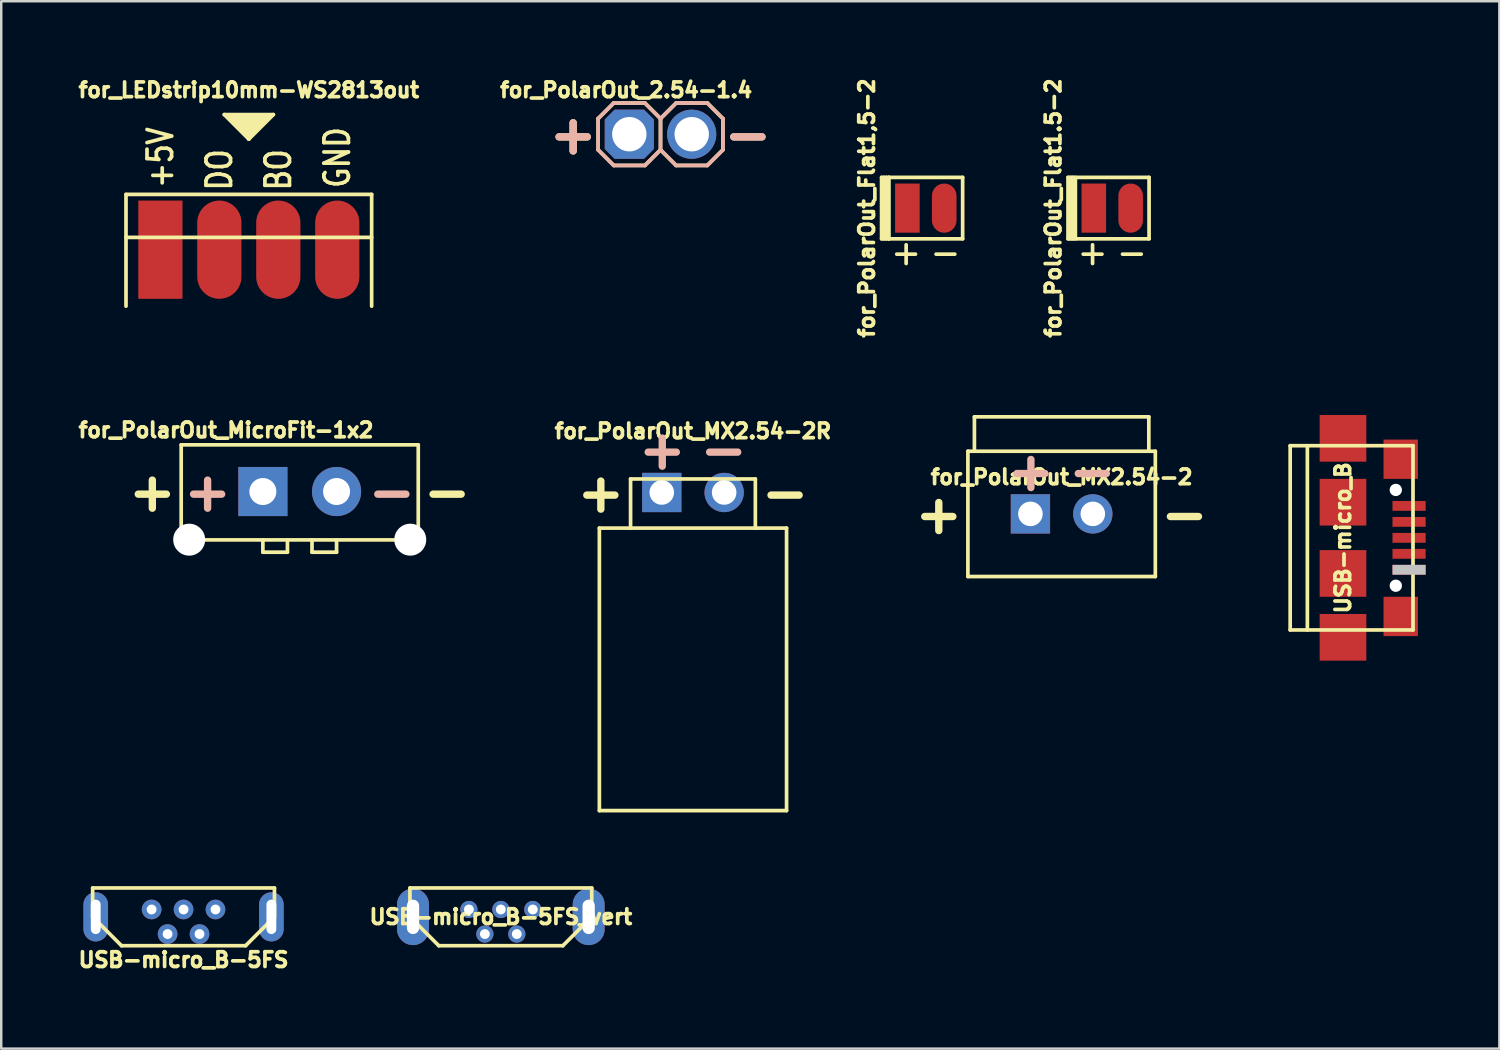
<source format=kicad_pcb>
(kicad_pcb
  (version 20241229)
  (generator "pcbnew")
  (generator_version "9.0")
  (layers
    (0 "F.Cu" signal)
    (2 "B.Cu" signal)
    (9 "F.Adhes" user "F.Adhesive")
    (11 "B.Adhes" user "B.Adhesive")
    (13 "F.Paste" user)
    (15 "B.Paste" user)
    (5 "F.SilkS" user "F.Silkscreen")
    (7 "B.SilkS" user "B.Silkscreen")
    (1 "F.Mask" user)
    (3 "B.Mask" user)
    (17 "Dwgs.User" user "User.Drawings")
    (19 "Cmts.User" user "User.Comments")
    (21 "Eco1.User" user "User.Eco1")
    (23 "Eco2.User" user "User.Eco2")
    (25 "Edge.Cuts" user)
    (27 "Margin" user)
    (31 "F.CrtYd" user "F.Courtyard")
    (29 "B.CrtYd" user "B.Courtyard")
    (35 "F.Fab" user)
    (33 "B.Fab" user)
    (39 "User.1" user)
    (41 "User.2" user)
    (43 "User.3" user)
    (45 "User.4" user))
  (footprint "for_PolarOut_Flat1.5-2"
    (layer "F.Cu")
    (at 42.226 5.422)
    (property "Reference" "for_PolarOut_Flat1.5-2" (at -2.4 0 90) (layer "F.SilkS") (effects (font (size 0.6 0.6) (thickness 0.15))))
    (attr through_hole)
    (fp_line (start -1.8 -1.25) (end 1.5 -1.25) (stroke (width 0.15) (type solid)) (layer "F.SilkS"))
    (fp_line (start -1.8 1.25) (end -1.8 -1.25) (stroke (width 0.15) (type solid)) (layer "F.SilkS"))
    (fp_line (start -1.7 -1.25) (end -1.7 1.25) (stroke (width 0.15) (type solid)) (layer "F.SilkS"))
    (fp_line (start -1.6 1.25) (end -1.6 -1.25) (stroke (width 0.15) (type solid)) (layer "F.SilkS"))
    (fp_line (start -1.5 1.25) (end -1.5 -1.25) (stroke (width 0.15) (type solid)) (layer "F.SilkS"))
    (fp_line (start 1.5 1.25) (end -1.8 1.25) (stroke (width 0.15) (type solid)) (layer "F.SilkS"))
    (fp_line (start 1.5 1.25) (end 1.5 -1.25) (stroke (width 0.15) (type solid)) (layer "F.SilkS"))
    (fp_text user "+" (at -0.8 1.8 0) (layer "F.SilkS") (effects (font (size 1 1) (thickness 0.15))))
    (fp_text user "-" (at 0.8 1.8 0) (layer "F.SilkS") (effects (font (size 1 1) (thickness 0.15))))
    (pad "1" smd rect (at -0.75 0) (size 1 2) (layers "F.Cu" "F.Mask" "F.Paste"))
    (pad "2" smd oval (at 0.75 0) (size 1 2) (layers "F.Cu" "F.Mask" "F.Paste")))
  (footprint "for_PolarOut_Flat1,5-2"
    (layer "F.Cu")
    (at 34.637 5.422)
    (property "Reference" "for_PolarOut_Flat1,5-2" (at -2.4 0 90) (layer "F.SilkS") (effects (font (size 0.6 0.6) (thickness 0.15))))
    (attr through_hole)
    (fp_line (start -1.8 1.25) (end -1.8 -1.25) (stroke (width 0.15) (type solid)) (layer "F.SilkS"))
    (fp_line (start -1.7 -1.25) (end -1.7 1.25) (stroke (width 0.15) (type solid)) (layer "F.SilkS"))
    (fp_line (start -1.6 1.25) (end -1.6 -1.25) (stroke (width 0.15) (type solid)) (layer "F.SilkS"))
    (fp_line (start -1.5 -1.25) (end -1.8 -1.25) (stroke (width 0.15) (type solid)) (layer "F.SilkS"))
    (fp_line (start -1.5 -1.25) (end 1.5 -1.25) (stroke (width 0.15) (type solid)) (layer "F.SilkS"))
    (fp_line (start -1.5 1.25) (end -1.8 1.25) (stroke (width 0.15) (type solid)) (layer "F.SilkS"))
    (fp_line (start -1.5 1.25) (end -1.5 -1.25) (stroke (width 0.15) (type solid)) (layer "F.SilkS"))
    (fp_line (start 1.5 1.25) (end -1.5 1.25) (stroke (width 0.15) (type solid)) (layer "F.SilkS"))
    (fp_line (start 1.5 1.25) (end 1.5 -1.25) (stroke (width 0.15) (type solid)) (layer "F.SilkS"))
    (fp_text user "+" (at -0.8 1.8 0) (layer "F.SilkS") (effects (font (size 1 1) (thickness 0.15))))
    (fp_text user "-" (at 0.8 1.8 0) (layer "F.SilkS") (effects (font (size 1 1) (thickness 0.15))))
    (pad "1" smd rect (at -0.75 0) (size 1 2) (layers "F.Cu" "F.Mask" "F.Paste"))
    (pad "2" smd oval (at 0.75 0) (size 1 2) (layers "F.Cu" "F.Mask" "F.Paste")))
  (footprint "for_PolarOut_2.54-1.4"
    (layer "F.Cu")
    (at 23.838 2.414)
    (property "Reference" "for_PolarOut_2.54-1.4" (at -1.4 -1.8 0) (layer "F.SilkS") (effects (font (size 0.6 0.6) (thickness 0.15))))
    (attr through_hole)
    (fp_line (start -2.54 0.635) (end -2.54 -0.635) (stroke (width 0.15) (type solid)) (layer "F.SilkS"))
    (fp_line (start -1.905 -1.27) (end -2.54 -0.635) (stroke (width 0.15) (type solid)) (layer "F.SilkS"))
    (fp_line (start -1.905 1.27) (end -2.54 0.635) (stroke (width 0.15) (type solid)) (layer "F.SilkS"))
    (fp_line (start -0.635 -1.27) (end -1.905 -1.27) (stroke (width 0.15) (type solid)) (layer "F.SilkS"))
    (fp_line (start -0.635 1.27) (end -1.905 1.27) (stroke (width 0.15) (type solid)) (layer "F.SilkS"))
    (fp_line (start 0 -0.635) (end -0.635 -1.27) (stroke (width 0.15) (type solid)) (layer "F.SilkS"))
    (fp_line (start 0 -0.635) (end 0 0.635) (stroke (width 0.15) (type solid)) (layer "F.SilkS"))
    (fp_line (start 0 0.635) (end -0.635 1.27) (stroke (width 0.15) (type solid)) (layer "F.SilkS"))
    (fp_line (start 0.635 -1.27) (end 0 -0.635) (stroke (width 0.15) (type solid)) (layer "F.SilkS"))
    (fp_line (start 0.635 1.27) (end 0 0.635) (stroke (width 0.15) (type solid)) (layer "F.SilkS"))
    (fp_line (start 1.905 -1.27) (end 0.635 -1.27) (stroke (width 0.15) (type solid)) (layer "F.SilkS"))
    (fp_line (start 1.905 1.27) (end 0.635 1.27) (stroke (width 0.15) (type solid)) (layer "F.SilkS"))
    (fp_line (start 2.54 -0.635) (end 1.905 -1.27) (stroke (width 0.15) (type solid)) (layer "F.SilkS"))
    (fp_line (start 2.54 -0.635) (end 2.54 0.635) (stroke (width 0.15) (type solid)) (layer "F.SilkS"))
    (fp_line (start 2.54 0.635) (end 1.905 1.27) (stroke (width 0.15) (type solid)) (layer "F.SilkS"))
    (fp_line (start -2.54 0.635) (end -2.54 -0.635) (stroke (width 0.15) (type solid)) (layer "B.SilkS"))
    (fp_line (start -1.905 -1.27) (end -2.54 -0.635) (stroke (width 0.15) (type solid)) (layer "B.SilkS"))
    (fp_line (start -1.905 -1.27) (end -0.635 -1.27) (stroke (width 0.15) (type solid)) (layer "B.SilkS"))
    (fp_line (start -1.905 1.27) (end -2.54 0.635) (stroke (width 0.15) (type solid)) (layer "B.SilkS"))
    (fp_line (start -0.635 1.27) (end -1.905 1.27) (stroke (width 0.15) (type solid)) (layer "B.SilkS"))
    (fp_line (start 0 -0.635) (end -0.635 -1.27) (stroke (width 0.15) (type solid)) (layer "B.SilkS"))
    (fp_line (start 0 -0.635) (end 0 0.635) (stroke (width 0.15) (type solid)) (layer "B.SilkS"))
    (fp_line (start 0 0.635) (end -0.635 1.27) (stroke (width 0.15) (type solid)) (layer "B.SilkS"))
    (fp_line (start 0.635 -1.27) (end 0 -0.635) (stroke (width 0.15) (type solid)) (layer "B.SilkS"))
    (fp_line (start 0.635 -1.27) (end 1.905 -1.27) (stroke (width 0.15) (type solid)) (layer "B.SilkS"))
    (fp_line (start 0.635 1.27) (end 0 0.635) (stroke (width 0.15) (type solid)) (layer "B.SilkS"))
    (fp_line (start 1.905 1.27) (end 0.635 1.27) (stroke (width 0.15) (type solid)) (layer "B.SilkS"))
    (fp_line (start 2.54 -0.635) (end 1.905 -1.27) (stroke (width 0.15) (type solid)) (layer "B.SilkS"))
    (fp_line (start 2.54 -0.635) (end 2.54 0.635) (stroke (width 0.15) (type solid)) (layer "B.SilkS"))
    (fp_line (start 2.54 0.635) (end 1.905 1.27) (stroke (width 0.15) (type solid)) (layer "B.SilkS"))
    (fp_text user "+" (at -3.556 0 0) (layer "F.SilkS") (effects (font (size 1.5 1.5) (thickness 0.3))))
    (fp_text user "-" (at 3.556 0 0) (layer "F.SilkS") (effects (font (size 1.5 1.5) (thickness 0.3))))
    (fp_text user "-" (at 3.556 0 0) (layer "B.SilkS") (effects (font (size 1.5 1.5) (thickness 0.3)) (justify mirror)))
    (fp_text user "+" (at -3.556 0 0) (layer "B.SilkS") (effects (font (size 1.5 1.5) (thickness 0.3)) (justify mirror)))
    (pad "1" thru_hole roundrect (at -1.27 0) (size 2 2) (drill 1.4) (layers "*.Cu" "*.Mask") (roundrect_rratio 0) (chamfer_ratio 0.2) (chamfer top_left top_right bottom_left bottom_right))
    (pad "2" thru_hole circle (at 1.27 0) (size 2 2) (drill 1.4) (layers "*.Cu" "*.Mask")))
  (footprint "USB-micro_B-5FS"
    (layer "F.Cu")
    (at 4.422 34.273)
    (property "Reference" "USB-micro_B-5FS" (at 0 1.75 180) (layer "F.SilkS") (effects (font (size 0.6 0.6) (thickness 0.15))))
    (attr smd)
    (fp_line (start -3.7 -1.175) (end -3.7 0) (stroke (width 0.15) (type solid)) (layer "F.SilkS"))
    (fp_line (start -3.7 -1.175) (end 3.7 -1.175) (stroke (width 0.15) (type solid)) (layer "F.SilkS"))
    (fp_line (start -3.7 0) (end -2.525 1.175) (stroke (width 0.15) (type solid)) (layer "F.SilkS"))
    (fp_line (start 2.525 1.175) (end -2.525 1.175) (stroke (width 0.15) (type solid)) (layer "F.SilkS"))
    (fp_line (start 3.7 -1.175) (end 3.7 0) (stroke (width 0.15) (type solid)) (layer "F.SilkS"))
    (fp_line (start 3.7 0) (end 2.525 1.175) (stroke (width 0.15) (type solid)) (layer "F.SilkS"))
    (pad "1" thru_hole circle (at -1.3 -0.3) (size 0.8 0.8) (drill 0.4) (layers "*.Cu" "*.Mask"))
    (pad "2" thru_hole circle (at -0.65 0.7) (size 0.8 0.8) (drill 0.4) (layers "*.Cu" "*.Mask"))
    (pad "3" thru_hole circle (at 0 -0.3) (size 0.8 0.8) (drill 0.4) (layers "*.Cu" "*.Mask"))
    (pad "4" thru_hole circle (at 0.65 0.7) (size 0.8 0.8) (drill 0.4) (layers "*.Cu" "*.Mask"))
    (pad "5" thru_hole circle (at 1.3 -0.3) (size 0.8 0.8) (drill 0.4) (layers "*.Cu" "*.Mask"))
    (pad "SHLD" thru_hole oval (at -3.575 0) (size 1 2) (drill oval 0.4 1.4) (layers "*.Cu" "*.Mask"))
    (pad "SHLD" thru_hole oval (at 3.575 0) (size 1 2) (drill oval 0.4 1.4) (layers "*.Cu" "*.Mask")))
  (footprint "for_LEDstrip10mm-WS2813out"
    (layer "F.Cu")
    (at 7.079 7.114)
    (property "Reference" "for_LEDstrip10mm-WS2813out" (at 0 -6.5 0) (layer "F.SilkS") (effects (font (size 0.6 0.6) (thickness 0.15))))
    (attr exclude_from_pos_files exclude_from_bom)
    (fp_line (start -5 2.3) (end -5 -2.25) (stroke (width 0.15) (type solid)) (layer "F.SilkS"))
    (fp_line (start -1 -5.5) (end 1 -5.5) (stroke (width 0.15) (type solid)) (layer "F.SilkS"))
    (fp_line (start -0.7 -5.3) (end 0.7 -5.3) (stroke (width 0.15) (type solid)) (layer "F.SilkS"))
    (fp_line (start -0.5 -5.1) (end 0.5 -5.1) (stroke (width 0.15) (type solid)) (layer "F.SilkS"))
    (fp_line (start -0.3 -4.9) (end 0.3 -4.9) (stroke (width 0.15) (type solid)) (layer "F.SilkS"))
    (fp_line (start -0.1 -4.7) (end 0.1 -4.7) (stroke (width 0.15) (type solid)) (layer "F.SilkS"))
    (fp_line (start 0 -4.5) (end -1 -5.5) (stroke (width 0.15) (type solid)) (layer "F.SilkS"))
    (fp_line (start 0 -4.5) (end 0 -4.7) (stroke (width 0.15) (type solid)) (layer "F.SilkS"))
    (fp_line (start 0.2 -4.8) (end -0.2 -4.8) (stroke (width 0.15) (type solid)) (layer "F.SilkS"))
    (fp_line (start 0.4 -5) (end -0.4 -5) (stroke (width 0.15) (type solid)) (layer "F.SilkS"))
    (fp_line (start 0.6 -5.2) (end -0.6 -5.2) (stroke (width 0.15) (type solid)) (layer "F.SilkS"))
    (fp_line (start 0.8 -5.4) (end -0.8 -5.4) (stroke (width 0.15) (type solid)) (layer "F.SilkS"))
    (fp_line (start 1 -5.5) (end 0 -4.5) (stroke (width 0.15) (type solid)) (layer "F.SilkS"))
    (fp_line (start 5 -2.25) (end -5 -2.25) (stroke (width 0.15) (type solid)) (layer "F.SilkS"))
    (fp_line (start 5 -0.5) (end -5 -0.5) (stroke (width 0.15) (type solid)) (layer "F.SilkS"))
    (fp_line (start 5 2.3) (end 5 -2.25) (stroke (width 0.15) (type solid)) (layer "F.SilkS"))
    (fp_text user "+5V" (at -3.6 -3.75 270) (layer "F.SilkS") (effects (font (size 1 0.8) (thickness 0.15))))
    (fp_text user "BO" (at 1.2 -3.25 270) (layer "F.SilkS") (effects (font (size 1 0.8) (thickness 0.15))))
    (fp_text user "DO" (at -1.2 -3.25 270) (layer "F.SilkS") (effects (font (size 1 0.8) (thickness 0.15))))
    (fp_text user "GND" (at 3.6 -3.75 270) (layer "F.SilkS") (effects (font (size 1 0.8) (thickness 0.15))))
    (pad "1" smd rect (at -3.6 0) (size 1.8 4) (layers "F.Cu" "F.Mask" "F.Paste"))
    (pad "2" smd oval (at -1.2 0) (size 1.8 4) (layers "F.Cu" "F.Mask" "F.Paste"))
    (pad "3" smd oval (at 1.2 0) (size 1.8 4) (layers "F.Cu" "F.Mask" "F.Paste"))
    (pad "4" smd oval (at 3.6 0) (size 1.8 4) (layers "F.Cu" "F.Mask" "F.Paste")))
  (footprint "for_PolarOut_MX2.54-2"
    (layer "F.Cu")
    (at 40.166 17.869)
    (property "Reference" "for_PolarOut_MX2.54-2" (at 0 -1.5 0) (layer "F.SilkS") (effects (font (size 0.6 0.6) (thickness 0.15))))
    (attr through_hole)
    (fp_line (start -3.815 -2.55) (end -3.815 2.55) (stroke (width 0.15) (type solid)) (layer "F.SilkS"))
    (fp_line (start -3.815 2.55) (end 3.815 2.55) (stroke (width 0.15) (type solid)) (layer "F.SilkS"))
    (fp_line (start -3.55 -3.95) (end -3.55 -2.6) (stroke (width 0.15) (type solid)) (layer "F.SilkS"))
    (fp_line (start 3.55 -3.95) (end -3.55 -3.95) (stroke (width 0.15) (type solid)) (layer "F.SilkS"))
    (fp_line (start 3.55 -2.6) (end 3.55 -3.95) (stroke (width 0.15) (type solid)) (layer "F.SilkS"))
    (fp_line (start 3.815 -2.55) (end -3.815 -2.55) (stroke (width 0.15) (type solid)) (layer "F.SilkS"))
    (fp_line (start 3.815 2.55) (end 3.815 -2.55) (stroke (width 0.15) (type solid)) (layer "F.SilkS"))
    (fp_text user "-" (at 5 0 0) (layer "F.SilkS") (effects (font (size 1.5 1.5) (thickness 0.3))))
    (fp_text user "+" (at -5 0 0) (layer "F.SilkS") (effects (font (size 1.5 1.5) (thickness 0.3))))
    (fp_text user "+" (at -1.25 -1.75 0) (layer "B.SilkS") (effects (font (size 1.5 1.5) (thickness 0.3)) (justify mirror)))
    (fp_text user "-" (at 1.25 -1.75 0) (layer "B.SilkS") (effects (font (size 1.5 1.5) (thickness 0.3)) (justify mirror)))
    (pad "1" thru_hole rect (at -1.27 0) (size 1.6 1.6) (drill 1) (layers "*.Cu" "*.Mask"))
    (pad "2" thru_hole circle (at 1.27 0) (size 1.6 1.6) (drill 1) (layers "*.Cu" "*.Mask")))
  (footprint "for_PolarOut_MicroFit-1x2"
    (layer "F.Cu")
    (at 9.151 16.959)
    (property "Reference" "for_PolarOut_MicroFit-1x2" (at -3 -2.5 0) (layer "F.SilkS") (effects (font (size 0.6 0.6) (thickness 0.15))))
    (attr through_hole)
    (fp_line (start -4.825 1.97) (end -4.825 -1.9) (stroke (width 0.15) (type solid)) (layer "F.SilkS"))
    (fp_line (start -4.825 1.97) (end 4.825 1.97) (stroke (width 0.15) (type solid)) (layer "F.SilkS"))
    (fp_line (start -1.5 2.47) (end -1.5 1.97) (stroke (width 0.15) (type solid)) (layer "F.SilkS"))
    (fp_line (start -0.5 2.47) (end -1.5 2.47) (stroke (width 0.15) (type solid)) (layer "F.SilkS"))
    (fp_line (start -0.5 2.47) (end -0.5 1.97) (stroke (width 0.15) (type solid)) (layer "F.SilkS"))
    (fp_line (start 0.5 2.47) (end 0.5 1.97) (stroke (width 0.15) (type solid)) (layer "F.SilkS"))
    (fp_line (start 1.5 2.47) (end 0.5 2.47) (stroke (width 0.15) (type solid)) (layer "F.SilkS"))
    (fp_line (start 1.5 2.47) (end 1.5 1.97) (stroke (width 0.15) (type solid)) (layer "F.SilkS"))
    (fp_line (start 4.825 -1.9) (end -4.825 -1.9) (stroke (width 0.15) (type solid)) (layer "F.SilkS"))
    (fp_line (start 4.825 1.97) (end 4.825 -1.9) (stroke (width 0.15) (type solid)) (layer "F.SilkS"))
    (fp_text user "-" (at 6 0 0) (layer "F.SilkS") (effects (font (size 1.5 1.5) (thickness 0.3))))
    (fp_text user "+" (at -6 0 0) (layer "F.SilkS") (effects (font (size 1.5 1.5) (thickness 0.3))))
    (fp_text user "-" (at 3.75 0 0) (layer "B.SilkS") (effects (font (size 1.5 1.5) (thickness 0.3)) (justify mirror)))
    (fp_text user "+" (at -3.75 0 0) (layer "B.SilkS") (effects (font (size 1.5 1.5) (thickness 0.3)) (justify mirror)))
    (pad "" np_thru_hole circle (at -4.5 1.96) (size 1.3 1.3) (drill 1.3) (layers "*.Cu" "*.Mask"))
    (pad "" np_thru_hole circle (at 4.5 1.96) (size 1.3 1.3) (drill 1.3) (layers "*.Cu" "*.Mask"))
    (pad "1" thru_hole rect (at -1.5 0) (size 2 2) (drill 1.1) (layers "*.Cu" "*.Mask"))
    (pad "2" thru_hole circle (at 1.5 0) (size 2 2) (drill 1.1) (layers "*.Cu" "*.Mask")))
  (footprint "for_PolarOut_MX2.54-2R"
    (layer "F.Cu")
    (at 25.159 16.998)
    (property "Reference" "for_PolarOut_MX2.54-2R" (at 0 -2.5 0) (layer "F.SilkS") (effects (font (size 0.6 0.6) (thickness 0.15))))
    (attr through_hole)
    (fp_line (start -3.81 1.45) (end -3.81 12.95) (stroke (width 0.15) (type solid)) (layer "F.SilkS"))
    (fp_line (start -3.81 1.45) (end 3.81 1.45) (stroke (width 0.15) (type solid)) (layer "F.SilkS"))
    (fp_line (start -2.54 -0.55) (end -2.54 1.45) (stroke (width 0.15) (type solid)) (layer "F.SilkS"))
    (fp_line (start -2.54 -0.55) (end 2.54 -0.55) (stroke (width 0.15) (type solid)) (layer "F.SilkS"))
    (fp_line (start 2.54 1.45) (end 2.54 -0.55) (stroke (width 0.15) (type solid)) (layer "F.SilkS"))
    (fp_line (start 3.81 1.45) (end 3.81 12.95) (stroke (width 0.15) (type solid)) (layer "F.SilkS"))
    (fp_line (start 3.81 12.95) (end -3.81 12.95) (stroke (width 0.15) (type solid)) (layer "F.SilkS"))
    (fp_text user "-" (at 3.75 0 0) (layer "F.SilkS") (effects (font (size 1.5 1.5) (thickness 0.3))))
    (fp_text user "+" (at -3.75 0 0) (layer "F.SilkS") (effects (font (size 1.5 1.5) (thickness 0.3))))
    (fp_text user "-" (at 1.25 -1.75 0) (layer "B.SilkS") (effects (font (size 1.5 1.5) (thickness 0.3)) (justify mirror)))
    (fp_text user "+" (at -1.25 -1.75 0) (layer "B.SilkS") (effects (font (size 1.5 1.5) (thickness 0.3)) (justify mirror)))
    (pad "1" thru_hole rect (at -1.27 0) (size 1.6 1.6) (drill 1) (layers "*.Cu" "*.Mask"))
    (pad "2" thru_hole circle (at 1.27 0) (size 1.6 1.6) (drill 1) (layers "*.Cu" "*.Mask")))
  (footprint "USB-micro_B"
    (layer "F.Cu")
    (at 51.62 18.844)
    (property "Reference" "USB-micro_B" (at 0 0 90) (layer "F.SilkS") (effects (font (size 0.6 0.6) (thickness 0.15))))
    (attr smd)
    (fp_line (start -2.15 -3.75) (end 2.85 -3.75) (stroke (width 0.15) (type solid)) (layer "F.SilkS"))
    (fp_line (start -2.15 3.75) (end -2.15 -3.75) (stroke (width 0.15) (type solid)) (layer "F.SilkS"))
    (fp_line (start -1.45 3.75) (end -1.45 -3.75) (stroke (width 0.15) (type solid)) (layer "F.SilkS"))
    (fp_line (start 2.85 3.75) (end -2.15 3.75) (stroke (width 0.15) (type solid)) (layer "F.SilkS"))
    (fp_line (start 2.85 3.75) (end 2.85 -3.75) (stroke (width 0.15) (type solid)) (layer "F.SilkS"))
    (pad "" np_thru_hole circle (at 2.15 -1.95) (size 0.5 0.5) (drill 0.5) (layers "*.Cu" "*.Mask"))
    (pad "" np_thru_hole circle (at 2.15 1.95) (size 0.5 0.5) (drill 0.5) (layers "*.Cu" "*.Mask"))
    (pad "1" smd rect (at 2.69 -1.3) (size 1.35 0.4) (layers "F.Cu" "F.Mask" "F.Paste"))
    (pad "2" smd rect (at 2.69 -0.65) (size 1.35 0.4) (layers "F.Cu" "F.Mask" "F.Paste"))
    (pad "3" smd rect (at 2.69 0) (size 1.35 0.4) (layers "F.Cu" "F.Mask" "F.Paste"))
    (pad "4" smd rect (at 2.69 0.65) (size 1.35 0.4) (layers "F.Cu" "F.Mask" "F.Paste"))
    (pad "5" smd rect (at 2.69 1.3) (size 1.35 0.4) (layers "F.Cu" "F.Mask" "F.Paste" "Dwgs.User"))
    (pad "SHLD" smd rect (at 0 -4.05) (size 1.9 1.9) (layers "F.Cu" "F.Mask" "F.Paste"))
    (pad "SHLD" smd rect (at 0 -1.45) (size 1.9 1.9) (layers "F.Cu" "F.Mask" "F.Paste"))
    (pad "SHLD" smd rect (at 0 1.45) (size 1.9 1.9) (layers "F.Cu" "F.Mask" "F.Paste"))
    (pad "SHLD" smd rect (at 0 4.05) (size 1.9 1.9) (layers "F.Cu" "F.Mask" "F.Paste"))
    (pad "SHLD" smd rect (at 2.35 -3.2) (size 1.4 1.6) (layers "F.Cu" "F.Mask" "F.Paste"))
    (pad "SHLD" smd rect (at 2.35 3.2) (size 1.4 1.6) (layers "F.Cu" "F.Mask" "F.Paste")))
  (footprint "USB-micro_B-5FS_vert"
    (layer "F.Cu")
    (at 17.338 34.273)
    (property "Reference" "USB-micro_B-5FS_vert" (at 0 0 180) (layer "F.SilkS") (effects (font (size 0.6 0.6) (thickness 0.15))))
    (attr through_hole)
    (fp_line (start -3.7 -1.175) (end -3.7 0) (stroke (width 0.15) (type solid)) (layer "F.SilkS"))
    (fp_line (start -3.7 -1.175) (end 3.7 -1.175) (stroke (width 0.15) (type solid)) (layer "F.SilkS"))
    (fp_line (start -3.7 0) (end -2.525 1.175) (stroke (width 0.15) (type solid)) (layer "F.SilkS"))
    (fp_line (start 2.525 1.175) (end -2.525 1.175) (stroke (width 0.15) (type solid)) (layer "F.SilkS"))
    (fp_line (start 3.7 -1.175) (end 3.7 0) (stroke (width 0.15) (type solid)) (layer "F.SilkS"))
    (fp_line (start 3.7 0) (end 2.525 1.175) (stroke (width 0.15) (type solid)) (layer "F.SilkS"))
    (pad "1" thru_hole circle (at -1.3 -0.3) (size 0.7 0.7) (drill 0.4) (layers "*.Cu" "*.Mask"))
    (pad "2" thru_hole circle (at -0.65 0.7) (size 0.7 0.7) (drill 0.4) (layers "*.Cu" "*.Mask"))
    (pad "3" thru_hole circle (at 0 -0.3) (size 0.7 0.7) (drill 0.4) (layers "*.Cu" "*.Mask"))
    (pad "4" thru_hole circle (at 0.65 0.7) (size 0.7 0.7) (drill 0.4) (layers "*.Cu" "*.Mask"))
    (pad "5" thru_hole circle (at 1.3 -0.3) (size 0.7 0.7) (drill 0.4) (layers "*.Cu" "*.Mask"))
    (pad "SHLD" thru_hole oval (at -3.575 0) (size 1.3 2.3) (drill oval 0.5 1.4) (layers "*.Cu" "*.Mask"))
    (pad "SHLD" thru_hole oval (at 3.575 0) (size 1.3 2.3) (drill oval 0.5 1.4) (layers "*.Cu" "*.Mask")))
  (gr_rect
    (start -3 -3)
    (end 57.985 39.638)
    (stroke (width 0.1) (type default))
    (fill no)
    (layer "Edge.Cuts")))
</source>
